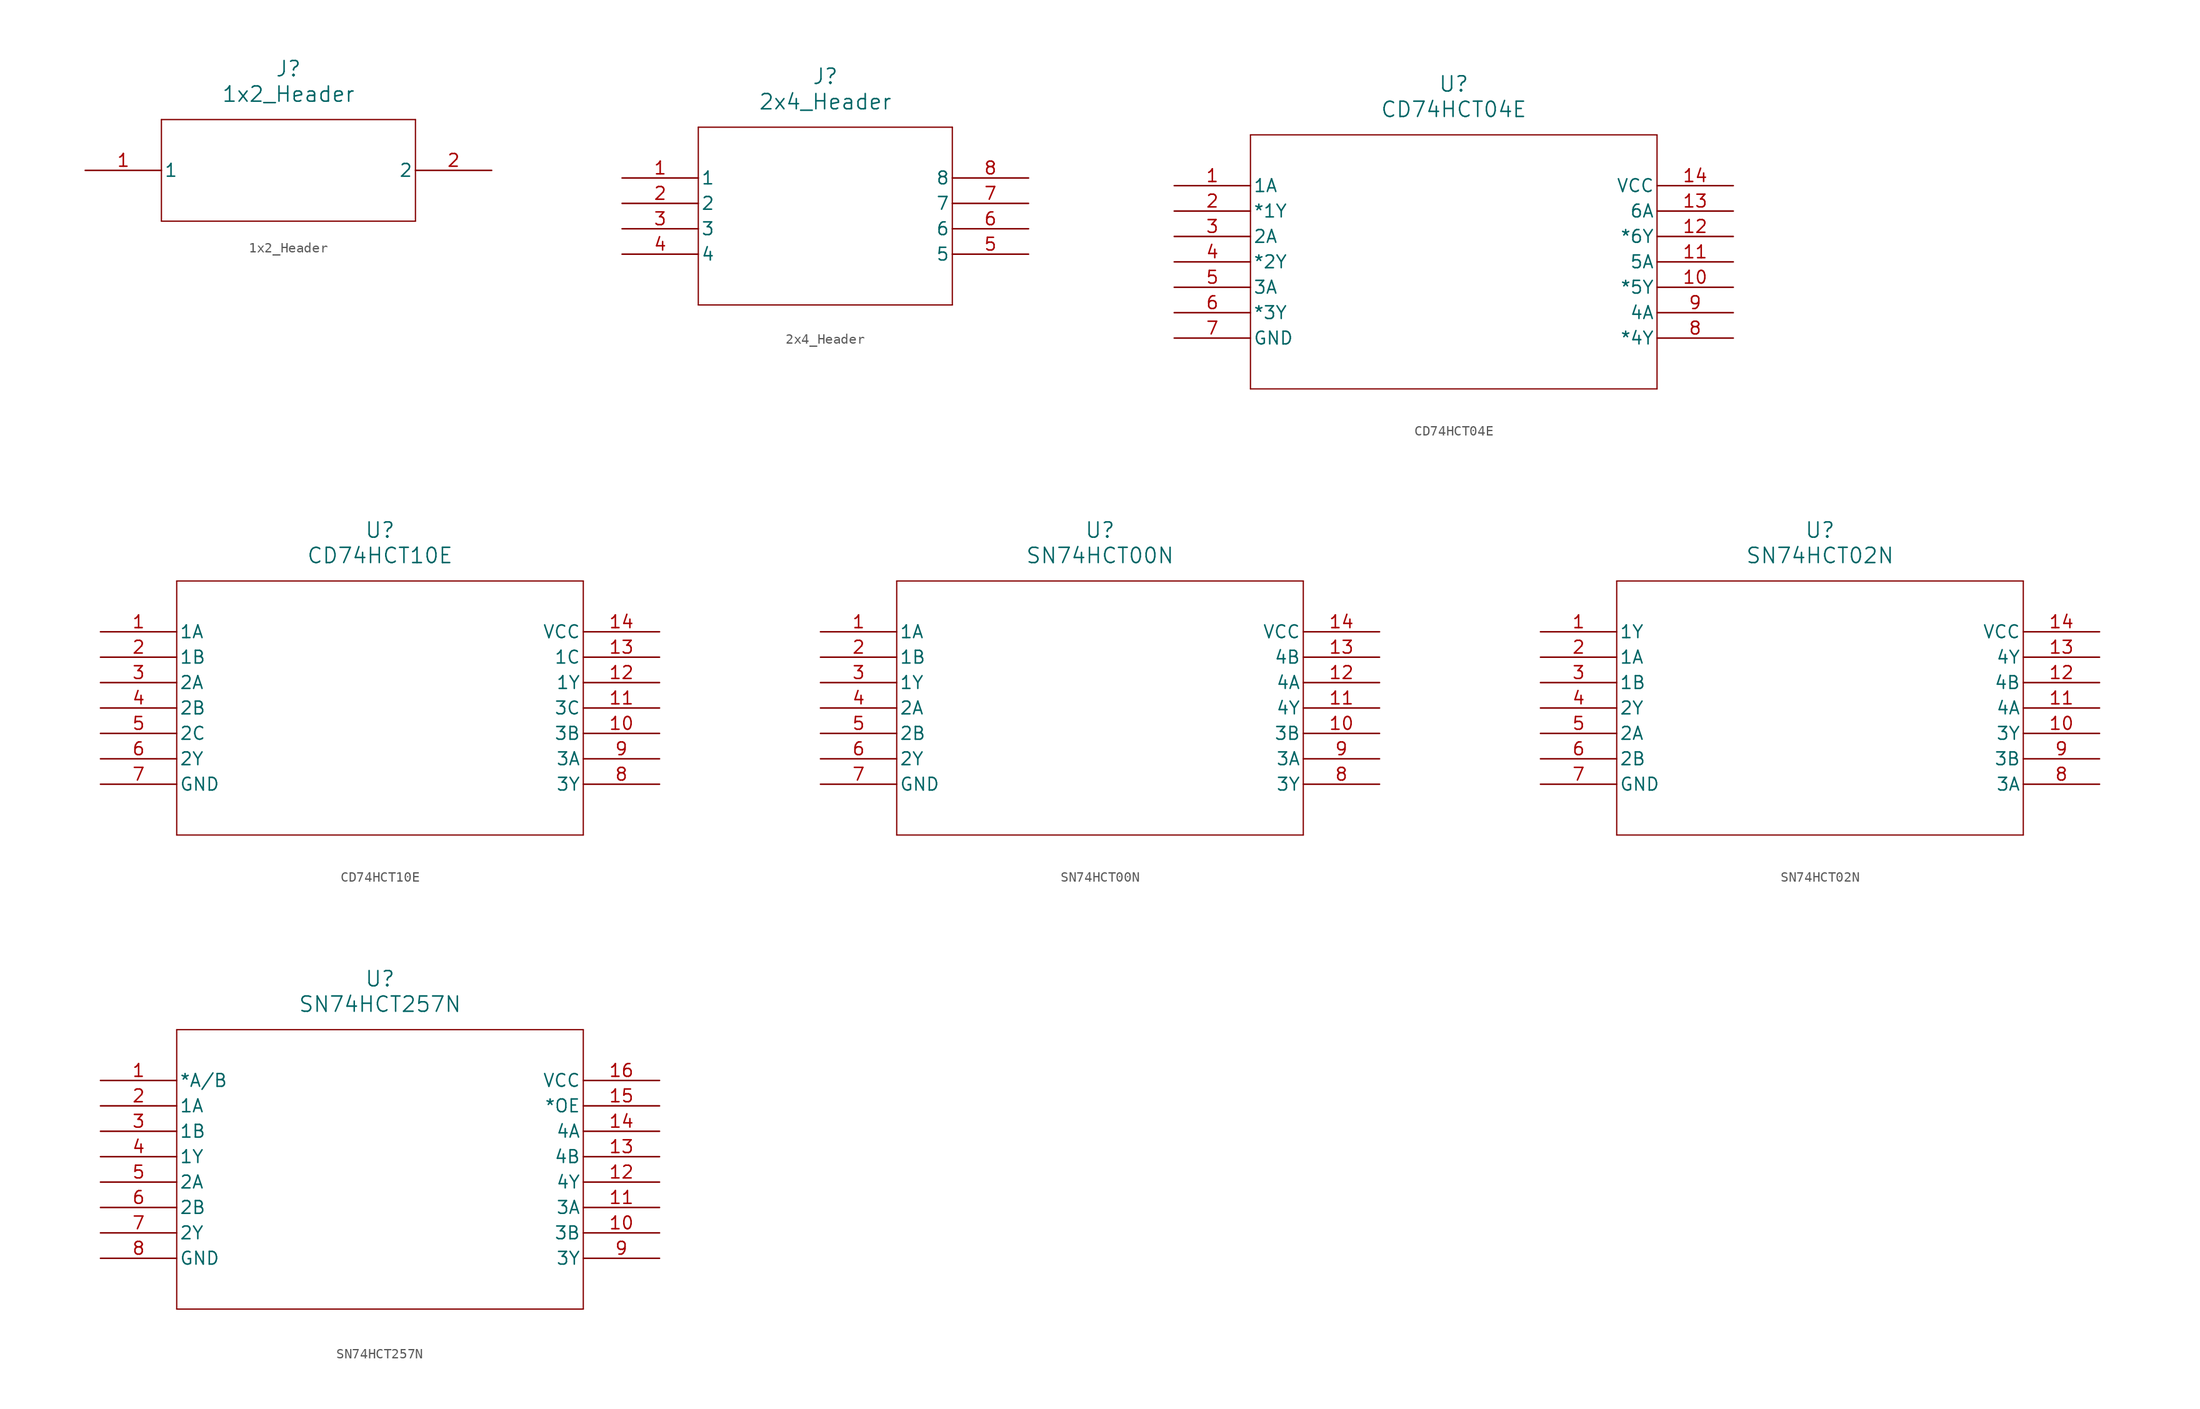
<source format=kicad_sym>
(kicad_symbol_lib
  (version 20231120)
  (generator "kicad_symbol_editor")
  (generator_version "8.0")
  (symbol "1x2_Header"
    (pin_names
      (offset 0.254))
    (property "Reference" "J"
      (at 20.32 10.16 0)
      (effects (font (size 1.524 1.524))))
    (property "Value" "1x2_Header"
      (at 20.32 7.62 0)
      (effects (font (size 1.524 1.524))))
    (property "ki_locked" ""
      (at 0 0 0)
      (effects (font (size 1.27 1.27))))
    (symbol "1x2_Header_1_1"
      (polyline (pts (xy 7.62 -5.08) (xy 33.02 -5.08)) (stroke (width 0.127) (type default)) (fill (type none)))
      (polyline (pts (xy 7.62 5.08) (xy 7.62 -5.08)) (stroke (width 0.127) (type default)) (fill (type none)))
      (polyline (pts (xy 33.02 -5.08) (xy 33.02 5.08)) (stroke (width 0.127) (type default)) (fill (type none)))
      (polyline (pts (xy 33.02 5.08) (xy 7.62 5.08)) (stroke (width 0.127) (type default)) (fill (type none)))
      (pin unspecified line (at 0 0 0) (length 7.62) (name "1" (effects (font (size 1.27 1.27)))) (number "1" (effects (font (size 1.27 1.27)))))
      (pin unspecified line (at 40.64 0 180) (length 7.62) (name "2" (effects (font (size 1.27 1.27)))) (number "2" (effects (font (size 1.27 1.27)))))))
  (symbol "2x4_Header"
    (pin_names
      (offset 0.254))
    (property "Reference" "J"
      (at 20.32 10.16 0)
      (effects (font (size 1.524 1.524))))
    (property "Value" "2x4_Header"
      (at 20.32 7.62 0)
      (effects (font (size 1.524 1.524))))
    (property "ki_locked" ""
      (at 0 0 0)
      (effects (font (size 1.27 1.27))))
    (symbol "2x4_Header_1_1"
      (polyline (pts (xy 7.62 -12.7) (xy 33.02 -12.7)) (stroke (width 0.127) (type default)) (fill (type none)))
      (polyline (pts (xy 7.62 5.08) (xy 7.62 -12.7)) (stroke (width 0.127) (type default)) (fill (type none)))
      (polyline (pts (xy 33.02 -12.7) (xy 33.02 5.08)) (stroke (width 0.127) (type default)) (fill (type none)))
      (polyline (pts (xy 33.02 5.08) (xy 7.62 5.08)) (stroke (width 0.127) (type default)) (fill (type none)))
      (pin unspecified line (at 0 0 0) (length 7.62) (name "1" (effects (font (size 1.27 1.27)))) (number "1" (effects (font (size 1.27 1.27)))))
      (pin unspecified line (at 0 -2.54 0) (length 7.62) (name "2" (effects (font (size 1.27 1.27)))) (number "2" (effects (font (size 1.27 1.27)))))
      (pin unspecified line (at 0 -5.08 0) (length 7.62) (name "3" (effects (font (size 1.27 1.27)))) (number "3" (effects (font (size 1.27 1.27)))))
      (pin unspecified line (at 0 -7.62 0) (length 7.62) (name "4" (effects (font (size 1.27 1.27)))) (number "4" (effects (font (size 1.27 1.27)))))
      (pin unspecified line (at 40.64 -7.62 180) (length 7.62) (name "5" (effects (font (size 1.27 1.27)))) (number "5" (effects (font (size 1.27 1.27)))))
      (pin unspecified line (at 40.64 -5.08 180) (length 7.62) (name "6" (effects (font (size 1.27 1.27)))) (number "6" (effects (font (size 1.27 1.27)))))
      (pin unspecified line (at 40.64 -2.54 180) (length 7.62) (name "7" (effects (font (size 1.27 1.27)))) (number "7" (effects (font (size 1.27 1.27)))))
      (pin unspecified line (at 40.64 0 180) (length 7.62) (name "8" (effects (font (size 1.27 1.27)))) (number "8" (effects (font (size 1.27 1.27)))))))
  (symbol "CD74HCT04E"
    (pin_names
      (offset 0.254))
    (property "Reference" "U"
      (at 27.94 10.16 0)
      (effects (font (size 1.524 1.524))))
    (property "Value" "CD74HCT04E"
      (at 27.94 7.62 0)
      (effects (font (size 1.524 1.524))))
    (property "ki_locked" ""
      (at 0 0 0)
      (effects (font (size 1.27 1.27))))
    (symbol "CD74HCT04E_0_1"
      (polyline (pts (xy 7.62 -20.32) (xy 48.26 -20.32)) (stroke (width 0.127) (type default)) (fill (type none)))
      (polyline (pts (xy 7.62 5.08) (xy 7.62 -20.32)) (stroke (width 0.127) (type default)) (fill (type none)))
      (polyline (pts (xy 48.26 -20.32) (xy 48.26 5.08)) (stroke (width 0.127) (type default)) (fill (type none)))
      (polyline (pts (xy 48.26 5.08) (xy 7.62 5.08)) (stroke (width 0.127) (type default)) (fill (type none)))
      (pin input line (at 0 0 0) (length 7.62) (name "1A" (effects (font (size 1.27 1.27)))) (number "1" (effects (font (size 1.27 1.27)))))
      (pin output line (at 55.88 -10.16 180) (length 7.62) (name "*5Y" (effects (font (size 1.27 1.27)))) (number "10" (effects (font (size 1.27 1.27)))))
      (pin input line (at 55.88 -7.62 180) (length 7.62) (name "5A" (effects (font (size 1.27 1.27)))) (number "11" (effects (font (size 1.27 1.27)))))
      (pin output line (at 55.88 -5.08 180) (length 7.62) (name "*6Y" (effects (font (size 1.27 1.27)))) (number "12" (effects (font (size 1.27 1.27)))))
      (pin input line (at 55.88 -2.54 180) (length 7.62) (name "6A" (effects (font (size 1.27 1.27)))) (number "13" (effects (font (size 1.27 1.27)))))
      (pin power_in line (at 55.88 0 180) (length 7.62) (name "VCC" (effects (font (size 1.27 1.27)))) (number "14" (effects (font (size 1.27 1.27)))))
      (pin output line (at 0 -2.54 0) (length 7.62) (name "*1Y" (effects (font (size 1.27 1.27)))) (number "2" (effects (font (size 1.27 1.27)))))
      (pin input line (at 0 -5.08 0) (length 7.62) (name "2A" (effects (font (size 1.27 1.27)))) (number "3" (effects (font (size 1.27 1.27)))))
      (pin output line (at 0 -7.62 0) (length 7.62) (name "*2Y" (effects (font (size 1.27 1.27)))) (number "4" (effects (font (size 1.27 1.27)))))
      (pin input line (at 0 -10.16 0) (length 7.62) (name "3A" (effects (font (size 1.27 1.27)))) (number "5" (effects (font (size 1.27 1.27)))))
      (pin output line (at 0 -12.7 0) (length 7.62) (name "*3Y" (effects (font (size 1.27 1.27)))) (number "6" (effects (font (size 1.27 1.27)))))
      (pin power_in line (at 0 -15.24 0) (length 7.62) (name "GND" (effects (font (size 1.27 1.27)))) (number "7" (effects (font (size 1.27 1.27)))))
      (pin output line (at 55.88 -15.24 180) (length 7.62) (name "*4Y" (effects (font (size 1.27 1.27)))) (number "8" (effects (font (size 1.27 1.27)))))
      (pin input line (at 55.88 -12.7 180) (length 7.62) (name "4A" (effects (font (size 1.27 1.27)))) (number "9" (effects (font (size 1.27 1.27)))))))
  (symbol "CD74HCT10E"
    (pin_names
      (offset 0.254))
    (property "Reference" "U"
      (at 27.94 10.16 0)
      (effects (font (size 1.524 1.524))))
    (property "Value" "CD74HCT10E"
      (at 27.94 7.62 0)
      (effects (font (size 1.524 1.524))))
    (property "ki_locked" ""
      (at 0 0 0)
      (effects (font (size 1.27 1.27))))
    (symbol "CD74HCT10E_0_1"
      (polyline (pts (xy 7.62 -20.32) (xy 48.26 -20.32)) (stroke (width 0.127) (type default)) (fill (type none)))
      (polyline (pts (xy 7.62 5.08) (xy 7.62 -20.32)) (stroke (width 0.127) (type default)) (fill (type none)))
      (polyline (pts (xy 48.26 -20.32) (xy 48.26 5.08)) (stroke (width 0.127) (type default)) (fill (type none)))
      (polyline (pts (xy 48.26 5.08) (xy 7.62 5.08)) (stroke (width 0.127) (type default)) (fill (type none)))
      (pin input line (at 0 0 0) (length 7.62) (name "1A" (effects (font (size 1.27 1.27)))) (number "1" (effects (font (size 1.27 1.27)))))
      (pin input line (at 55.88 -10.16 180) (length 7.62) (name "3B" (effects (font (size 1.27 1.27)))) (number "10" (effects (font (size 1.27 1.27)))))
      (pin input line (at 55.88 -7.62 180) (length 7.62) (name "3C" (effects (font (size 1.27 1.27)))) (number "11" (effects (font (size 1.27 1.27)))))
      (pin output line (at 55.88 -5.08 180) (length 7.62) (name "1Y" (effects (font (size 1.27 1.27)))) (number "12" (effects (font (size 1.27 1.27)))))
      (pin input line (at 55.88 -2.54 180) (length 7.62) (name "1C" (effects (font (size 1.27 1.27)))) (number "13" (effects (font (size 1.27 1.27)))))
      (pin power_in line (at 55.88 0 180) (length 7.62) (name "VCC" (effects (font (size 1.27 1.27)))) (number "14" (effects (font (size 1.27 1.27)))))
      (pin input line (at 0 -2.54 0) (length 7.62) (name "1B" (effects (font (size 1.27 1.27)))) (number "2" (effects (font (size 1.27 1.27)))))
      (pin input line (at 0 -5.08 0) (length 7.62) (name "2A" (effects (font (size 1.27 1.27)))) (number "3" (effects (font (size 1.27 1.27)))))
      (pin input line (at 0 -7.62 0) (length 7.62) (name "2B" (effects (font (size 1.27 1.27)))) (number "4" (effects (font (size 1.27 1.27)))))
      (pin input line (at 0 -10.16 0) (length 7.62) (name "2C" (effects (font (size 1.27 1.27)))) (number "5" (effects (font (size 1.27 1.27)))))
      (pin output line (at 0 -12.7 0) (length 7.62) (name "2Y" (effects (font (size 1.27 1.27)))) (number "6" (effects (font (size 1.27 1.27)))))
      (pin power_in line (at 0 -15.24 0) (length 7.62) (name "GND" (effects (font (size 1.27 1.27)))) (number "7" (effects (font (size 1.27 1.27)))))
      (pin output line (at 55.88 -15.24 180) (length 7.62) (name "3Y" (effects (font (size 1.27 1.27)))) (number "8" (effects (font (size 1.27 1.27)))))
      (pin input line (at 55.88 -12.7 180) (length 7.62) (name "3A" (effects (font (size 1.27 1.27)))) (number "9" (effects (font (size 1.27 1.27)))))))
  (symbol "SN74HCT00N"
    (pin_names
      (offset 0.254))
    (property "Reference" "U"
      (at 27.94 10.16 0)
      (effects (font (size 1.524 1.524))))
    (property "Value" "SN74HCT00N"
      (at 27.94 7.62 0)
      (effects (font (size 1.524 1.524))))
    (property "ki_locked" ""
      (at 0 0 0)
      (effects (font (size 1.27 1.27))))
    (symbol "SN74HCT00N_0_1"
      (polyline (pts (xy 7.62 -20.32) (xy 48.26 -20.32)) (stroke (width 0.127) (type default)) (fill (type none)))
      (polyline (pts (xy 7.62 5.08) (xy 7.62 -20.32)) (stroke (width 0.127) (type default)) (fill (type none)))
      (polyline (pts (xy 48.26 -20.32) (xy 48.26 5.08)) (stroke (width 0.127) (type default)) (fill (type none)))
      (polyline (pts (xy 48.26 5.08) (xy 7.62 5.08)) (stroke (width 0.127) (type default)) (fill (type none)))
      (pin input line (at 0 0 0) (length 7.62) (name "1A" (effects (font (size 1.27 1.27)))) (number "1" (effects (font (size 1.27 1.27)))))
      (pin input line (at 55.88 -10.16 180) (length 7.62) (name "3B" (effects (font (size 1.27 1.27)))) (number "10" (effects (font (size 1.27 1.27)))))
      (pin output line (at 55.88 -7.62 180) (length 7.62) (name "4Y" (effects (font (size 1.27 1.27)))) (number "11" (effects (font (size 1.27 1.27)))))
      (pin input line (at 55.88 -5.08 180) (length 7.62) (name "4A" (effects (font (size 1.27 1.27)))) (number "12" (effects (font (size 1.27 1.27)))))
      (pin input line (at 55.88 -2.54 180) (length 7.62) (name "4B" (effects (font (size 1.27 1.27)))) (number "13" (effects (font (size 1.27 1.27)))))
      (pin power_in line (at 55.88 0 180) (length 7.62) (name "VCC" (effects (font (size 1.27 1.27)))) (number "14" (effects (font (size 1.27 1.27)))))
      (pin input line (at 0 -2.54 0) (length 7.62) (name "1B" (effects (font (size 1.27 1.27)))) (number "2" (effects (font (size 1.27 1.27)))))
      (pin output line (at 0 -5.08 0) (length 7.62) (name "1Y" (effects (font (size 1.27 1.27)))) (number "3" (effects (font (size 1.27 1.27)))))
      (pin input line (at 0 -7.62 0) (length 7.62) (name "2A" (effects (font (size 1.27 1.27)))) (number "4" (effects (font (size 1.27 1.27)))))
      (pin input line (at 0 -10.16 0) (length 7.62) (name "2B" (effects (font (size 1.27 1.27)))) (number "5" (effects (font (size 1.27 1.27)))))
      (pin output line (at 0 -12.7 0) (length 7.62) (name "2Y" (effects (font (size 1.27 1.27)))) (number "6" (effects (font (size 1.27 1.27)))))
      (pin power_in line (at 0 -15.24 0) (length 7.62) (name "GND" (effects (font (size 1.27 1.27)))) (number "7" (effects (font (size 1.27 1.27)))))
      (pin output line (at 55.88 -15.24 180) (length 7.62) (name "3Y" (effects (font (size 1.27 1.27)))) (number "8" (effects (font (size 1.27 1.27)))))
      (pin input line (at 55.88 -12.7 180) (length 7.62) (name "3A" (effects (font (size 1.27 1.27)))) (number "9" (effects (font (size 1.27 1.27)))))))
  (symbol "SN74HCT02N"
    (pin_names
      (offset 0.254))
    (property "Reference" "U"
      (at 27.94 10.16 0)
      (effects (font (size 1.524 1.524))))
    (property "Value" "SN74HCT02N"
      (at 27.94 7.62 0)
      (effects (font (size 1.524 1.524))))
    (property "ki_locked" ""
      (at 0 0 0)
      (effects (font (size 1.27 1.27))))
    (symbol "SN74HCT02N_0_1"
      (polyline (pts (xy 7.62 -20.32) (xy 48.26 -20.32)) (stroke (width 0.127) (type default)) (fill (type none)))
      (polyline (pts (xy 7.62 5.08) (xy 7.62 -20.32)) (stroke (width 0.127) (type default)) (fill (type none)))
      (polyline (pts (xy 48.26 -20.32) (xy 48.26 5.08)) (stroke (width 0.127) (type default)) (fill (type none)))
      (polyline (pts (xy 48.26 5.08) (xy 7.62 5.08)) (stroke (width 0.127) (type default)) (fill (type none)))
      (pin output line (at 0 0 0) (length 7.62) (name "1Y" (effects (font (size 1.27 1.27)))) (number "1" (effects (font (size 1.27 1.27)))))
      (pin output line (at 55.88 -10.16 180) (length 7.62) (name "3Y" (effects (font (size 1.27 1.27)))) (number "10" (effects (font (size 1.27 1.27)))))
      (pin input line (at 55.88 -7.62 180) (length 7.62) (name "4A" (effects (font (size 1.27 1.27)))) (number "11" (effects (font (size 1.27 1.27)))))
      (pin input line (at 55.88 -5.08 180) (length 7.62) (name "4B" (effects (font (size 1.27 1.27)))) (number "12" (effects (font (size 1.27 1.27)))))
      (pin output line (at 55.88 -2.54 180) (length 7.62) (name "4Y" (effects (font (size 1.27 1.27)))) (number "13" (effects (font (size 1.27 1.27)))))
      (pin power_in line (at 55.88 0 180) (length 7.62) (name "VCC" (effects (font (size 1.27 1.27)))) (number "14" (effects (font (size 1.27 1.27)))))
      (pin input line (at 0 -2.54 0) (length 7.62) (name "1A" (effects (font (size 1.27 1.27)))) (number "2" (effects (font (size 1.27 1.27)))))
      (pin input line (at 0 -5.08 0) (length 7.62) (name "1B" (effects (font (size 1.27 1.27)))) (number "3" (effects (font (size 1.27 1.27)))))
      (pin output line (at 0 -7.62 0) (length 7.62) (name "2Y" (effects (font (size 1.27 1.27)))) (number "4" (effects (font (size 1.27 1.27)))))
      (pin input line (at 0 -10.16 0) (length 7.62) (name "2A" (effects (font (size 1.27 1.27)))) (number "5" (effects (font (size 1.27 1.27)))))
      (pin input line (at 0 -12.7 0) (length 7.62) (name "2B" (effects (font (size 1.27 1.27)))) (number "6" (effects (font (size 1.27 1.27)))))
      (pin power_in line (at 0 -15.24 0) (length 7.62) (name "GND" (effects (font (size 1.27 1.27)))) (number "7" (effects (font (size 1.27 1.27)))))
      (pin input line (at 55.88 -15.24 180) (length 7.62) (name "3A" (effects (font (size 1.27 1.27)))) (number "8" (effects (font (size 1.27 1.27)))))
      (pin input line (at 55.88 -12.7 180) (length 7.62) (name "3B" (effects (font (size 1.27 1.27)))) (number "9" (effects (font (size 1.27 1.27)))))))
  (symbol "SN74HCT257N"
    (pin_names
      (offset 0.254))
    (property "Reference" "U"
      (at 27.94 10.16 0)
      (effects (font (size 1.524 1.524))))
    (property "Value" "SN74HCT257N"
      (at 27.94 7.62 0)
      (effects (font (size 1.524 1.524))))
    (property "ki_locked" ""
      (at 0 0 0)
      (effects (font (size 1.27 1.27))))
    (symbol "SN74HCT257N_0_1"
      (polyline (pts (xy 7.62 -22.86) (xy 48.26 -22.86)) (stroke (width 0.127) (type default)) (fill (type none)))
      (polyline (pts (xy 7.62 5.08) (xy 7.62 -22.86)) (stroke (width 0.127) (type default)) (fill (type none)))
      (polyline (pts (xy 48.26 -22.86) (xy 48.26 5.08)) (stroke (width 0.127) (type default)) (fill (type none)))
      (polyline (pts (xy 48.26 5.08) (xy 7.62 5.08)) (stroke (width 0.127) (type default)) (fill (type none)))
      (pin input line (at 0 0 0) (length 7.62) (name "*A/B" (effects (font (size 1.27 1.27)))) (number "1" (effects (font (size 1.27 1.27)))))
      (pin input line (at 55.88 -15.24 180) (length 7.62) (name "3B" (effects (font (size 1.27 1.27)))) (number "10" (effects (font (size 1.27 1.27)))))
      (pin input line (at 55.88 -12.7 180) (length 7.62) (name "3A" (effects (font (size 1.27 1.27)))) (number "11" (effects (font (size 1.27 1.27)))))
      (pin output line (at 55.88 -10.16 180) (length 7.62) (name "4Y" (effects (font (size 1.27 1.27)))) (number "12" (effects (font (size 1.27 1.27)))))
      (pin input line (at 55.88 -7.62 180) (length 7.62) (name "4B" (effects (font (size 1.27 1.27)))) (number "13" (effects (font (size 1.27 1.27)))))
      (pin input line (at 55.88 -5.08 180) (length 7.62) (name "4A" (effects (font (size 1.27 1.27)))) (number "14" (effects (font (size 1.27 1.27)))))
      (pin input line (at 55.88 -2.54 180) (length 7.62) (name "*OE" (effects (font (size 1.27 1.27)))) (number "15" (effects (font (size 1.27 1.27)))))
      (pin power_in line (at 55.88 0 180) (length 7.62) (name "VCC" (effects (font (size 1.27 1.27)))) (number "16" (effects (font (size 1.27 1.27)))))
      (pin input line (at 0 -2.54 0) (length 7.62) (name "1A" (effects (font (size 1.27 1.27)))) (number "2" (effects (font (size 1.27 1.27)))))
      (pin input line (at 0 -5.08 0) (length 7.62) (name "1B" (effects (font (size 1.27 1.27)))) (number "3" (effects (font (size 1.27 1.27)))))
      (pin output line (at 0 -7.62 0) (length 7.62) (name "1Y" (effects (font (size 1.27 1.27)))) (number "4" (effects (font (size 1.27 1.27)))))
      (pin input line (at 0 -10.16 0) (length 7.62) (name "2A" (effects (font (size 1.27 1.27)))) (number "5" (effects (font (size 1.27 1.27)))))
      (pin input line (at 0 -12.7 0) (length 7.62) (name "2B" (effects (font (size 1.27 1.27)))) (number "6" (effects (font (size 1.27 1.27)))))
      (pin output line (at 0 -15.24 0) (length 7.62) (name "2Y" (effects (font (size 1.27 1.27)))) (number "7" (effects (font (size 1.27 1.27)))))
      (pin power_in line (at 0 -17.78 0) (length 7.62) (name "GND" (effects (font (size 1.27 1.27)))) (number "8" (effects (font (size 1.27 1.27)))))
      (pin output line (at 55.88 -17.78 180) (length 7.62) (name "3Y" (effects (font (size 1.27 1.27)))) (number "9" (effects (font (size 1.27 1.27))))))))
</source>
